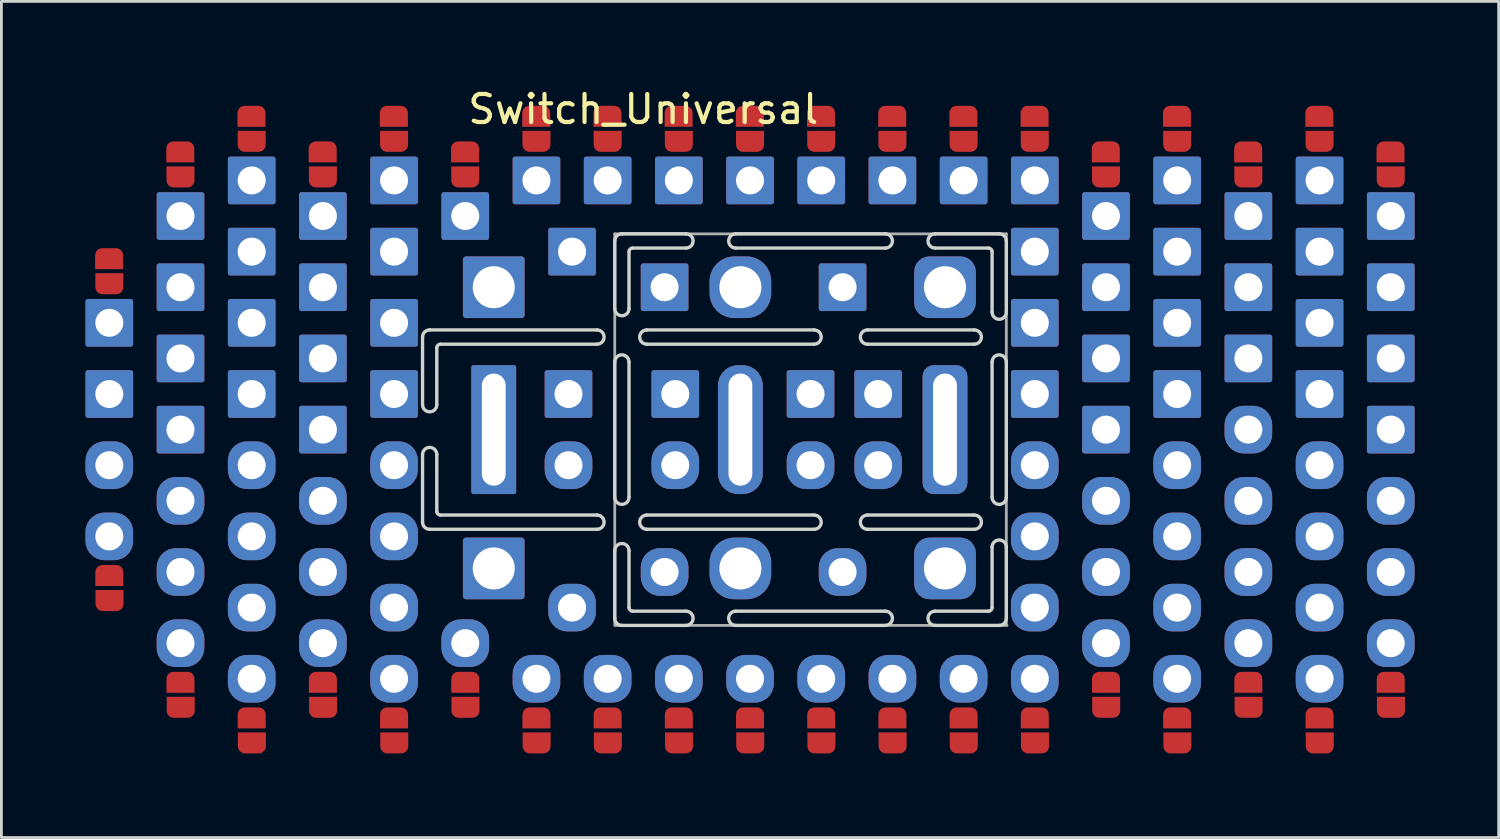
<source format=kicad_pcb>
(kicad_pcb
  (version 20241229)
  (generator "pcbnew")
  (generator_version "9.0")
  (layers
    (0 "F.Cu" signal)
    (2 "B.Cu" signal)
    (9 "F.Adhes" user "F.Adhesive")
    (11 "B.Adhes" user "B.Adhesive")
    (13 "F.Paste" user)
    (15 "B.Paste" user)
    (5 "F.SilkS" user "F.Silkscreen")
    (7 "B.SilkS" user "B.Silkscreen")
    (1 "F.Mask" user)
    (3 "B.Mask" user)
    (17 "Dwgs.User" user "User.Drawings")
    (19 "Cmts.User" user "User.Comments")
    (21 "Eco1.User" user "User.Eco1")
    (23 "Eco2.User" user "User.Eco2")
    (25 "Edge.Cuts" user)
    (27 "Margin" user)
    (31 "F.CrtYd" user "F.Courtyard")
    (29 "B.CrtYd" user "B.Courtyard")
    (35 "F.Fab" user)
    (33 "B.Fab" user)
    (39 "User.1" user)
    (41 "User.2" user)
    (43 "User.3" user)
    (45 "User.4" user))
  (footprint "Switch_Universal"
    (layer "F.Cu")
    (at 18.63 12.278)
    (property "Reference" "Switch_Universal" (at 1.27 -11.43 0) (unlocked yes) (layer "F.SilkS") (effects (font (size 1 1) (thickness 0.15))))
    (attr through_hole)
    (fp_rect (start -18.199 5.842) (end -17.361 5.436) (stroke (width 0.01) (type solid)) (fill yes) (layer "F.Mask"))
    (fp_rect (start -17.361 -5.842) (end -18.199 -5.436) (stroke (width 0.01) (type solid)) (fill yes) (layer "F.Mask"))
    (fp_rect (start -15.659 9.652) (end -14.821 9.246) (stroke (width 0.01) (type solid)) (fill yes) (layer "F.Mask"))
    (fp_rect (start -14.821 -9.652) (end -15.659 -9.246) (stroke (width 0.01) (type solid)) (fill yes) (layer "F.Mask"))
    (fp_rect (start -13.119 10.922) (end -12.281 10.516) (stroke (width 0.01) (type solid)) (fill yes) (layer "F.Mask"))
    (fp_rect (start -12.281 -10.922) (end -13.119 -10.516) (stroke (width 0.01) (type solid)) (fill yes) (layer "F.Mask"))
    (fp_rect (start -10.579 9.652) (end -9.741 9.246) (stroke (width 0.01) (type solid)) (fill yes) (layer "F.Mask"))
    (fp_rect (start -9.741 -9.652) (end -10.579 -9.246) (stroke (width 0.01) (type solid)) (fill yes) (layer "F.Mask"))
    (fp_rect (start -8.039 10.922) (end -7.201 10.516) (stroke (width 0.01) (type solid)) (fill yes) (layer "F.Mask"))
    (fp_rect (start -7.201 -10.922) (end -8.039 -10.516) (stroke (width 0.01) (type solid)) (fill yes) (layer "F.Mask"))
    (fp_rect (start -5.499 9.652) (end -4.661 9.246) (stroke (width 0.01) (type solid)) (fill yes) (layer "F.Mask"))
    (fp_rect (start -4.661 -9.652) (end -5.499 -9.246) (stroke (width 0.01) (type solid)) (fill yes) (layer "F.Mask"))
    (fp_rect (start -2.959 10.922) (end -2.121 10.516) (stroke (width 0.01) (type solid)) (fill yes) (layer "F.Mask"))
    (fp_rect (start -2.121 -10.922) (end -2.959 -10.516) (stroke (width 0.01) (type solid)) (fill yes) (layer "F.Mask"))
    (fp_rect (start -0.419 10.922) (end 0.419 10.516) (stroke (width 0.01) (type solid)) (fill yes) (layer "F.Mask"))
    (fp_rect (start 0.419 -10.922) (end -0.419 -10.516) (stroke (width 0.01) (type solid)) (fill yes) (layer "F.Mask"))
    (fp_rect (start 2.121 10.922) (end 2.959 10.516) (stroke (width 0.01) (type solid)) (fill yes) (layer "F.Mask"))
    (fp_rect (start 2.959 -10.922) (end 2.121 -10.516) (stroke (width 0.01) (type solid)) (fill yes) (layer "F.Mask"))
    (fp_rect (start 4.661 10.922) (end 5.499 10.516) (stroke (width 0.01) (type solid)) (fill yes) (layer "F.Mask"))
    (fp_rect (start 5.499 -10.922) (end 4.661 -10.516) (stroke (width 0.01) (type solid)) (fill yes) (layer "F.Mask"))
    (fp_rect (start 7.201 10.922) (end 8.039 10.516) (stroke (width 0.01) (type solid)) (fill yes) (layer "F.Mask"))
    (fp_rect (start 8.039 -10.922) (end 7.201 -10.516) (stroke (width 0.01) (type solid)) (fill yes) (layer "F.Mask"))
    (fp_rect (start 9.741 10.922) (end 10.579 10.516) (stroke (width 0.01) (type solid)) (fill yes) (layer "F.Mask"))
    (fp_rect (start 10.579 -10.922) (end 9.741 -10.516) (stroke (width 0.01) (type solid)) (fill yes) (layer "F.Mask"))
    (fp_rect (start 12.281 10.922) (end 13.119 10.516) (stroke (width 0.01) (type solid)) (fill yes) (layer "F.Mask"))
    (fp_rect (start 13.119 -10.922) (end 12.281 -10.516) (stroke (width 0.01) (type solid)) (fill yes) (layer "F.Mask"))
    (fp_rect (start 14.821 10.922) (end 15.659 10.516) (stroke (width 0.01) (type solid)) (fill yes) (layer "F.Mask"))
    (fp_rect (start 15.659 -10.922) (end 14.821 -10.516) (stroke (width 0.01) (type solid)) (fill yes) (layer "F.Mask"))
    (fp_rect (start 17.361 9.652) (end 18.199 9.246) (stroke (width 0.01) (type solid)) (fill yes) (layer "F.Mask"))
    (fp_rect (start 18.199 -9.652) (end 17.361 -9.246) (stroke (width 0.01) (type solid)) (fill yes) (layer "F.Mask"))
    (fp_rect (start 19.901 10.922) (end 20.739 10.516) (stroke (width 0.01) (type solid)) (fill yes) (layer "F.Mask"))
    (fp_rect (start 20.739 -10.922) (end 19.901 -10.516) (stroke (width 0.01) (type solid)) (fill yes) (layer "F.Mask"))
    (fp_rect (start 22.441 9.652) (end 23.279 9.246) (stroke (width 0.01) (type solid)) (fill yes) (layer "F.Mask"))
    (fp_rect (start 23.279 -9.652) (end 22.441 -9.246) (stroke (width 0.01) (type solid)) (fill yes) (layer "F.Mask"))
    (fp_rect (start 24.981 10.922) (end 25.819 10.516) (stroke (width 0.01) (type solid)) (fill yes) (layer "F.Mask"))
    (fp_rect (start 25.819 -10.922) (end 24.981 -10.516) (stroke (width 0.01) (type solid)) (fill yes) (layer "F.Mask"))
    (fp_rect (start 27.521 9.652) (end 28.359 9.246) (stroke (width 0.01) (type solid)) (fill yes) (layer "F.Mask"))
    (fp_rect (start 28.359 -9.652) (end 27.521 -9.246) (stroke (width 0.01) (type solid)) (fill yes) (layer "F.Mask"))
    (fp_line (start -6.604 -3.302) (end -6.604 -0.889) (stroke (width 0.12) (type default)) (layer "Edge.Cuts"))
    (fp_line (start -6.604 3.302) (end -6.604 0.889) (stroke (width 0.12) (type default)) (layer "Edge.Cuts"))
    (fp_line (start -6.096 -2.921) (end -6.096 -0.889) (stroke (width 0.12) (type default)) (layer "Edge.Cuts"))
    (fp_line (start -6.096 2.921) (end -6.096 0.889) (stroke (width 0.12) (type default)) (layer "Edge.Cuts"))
    (fp_line (start -0.381 -3.556) (end -6.35 -3.556) (stroke (width 0.12) (type default)) (layer "Edge.Cuts"))
    (fp_line (start -0.381 -3.048) (end -5.969 -3.048) (stroke (width 0.12) (type default)) (layer "Edge.Cuts"))
    (fp_line (start -0.381 3.048) (end -5.969 3.048) (stroke (width 0.12) (type default)) (layer "Edge.Cuts"))
    (fp_line (start -0.381 3.556) (end -6.35 3.556) (stroke (width 0.12) (type default)) (layer "Edge.Cuts"))
    (fp_line (start 0.254 -6.731) (end 0.254 -4.318) (stroke (width 0.12) (type default)) (layer "Edge.Cuts"))
    (fp_line (start 0.254 -2.413) (end 0.254 2.413) (stroke (width 0.12) (type default)) (layer "Edge.Cuts"))
    (fp_line (start 0.254 6.731) (end 0.254 4.318) (stroke (width 0.12) (type default)) (layer "Edge.Cuts"))
    (fp_line (start 0.762 -6.35) (end 0.762 -4.318) (stroke (width 0.12) (type default)) (layer "Edge.Cuts"))
    (fp_line (start 0.762 -2.413) (end 0.762 2.413) (stroke (width 0.12) (type default)) (layer "Edge.Cuts"))
    (fp_line (start 0.762 6.35) (end 0.762 4.318) (stroke (width 0.12) (type default)) (layer "Edge.Cuts"))
    (fp_line (start 1.397 -3.556) (end 7.366 -3.556) (stroke (width 0.12) (type default)) (layer "Edge.Cuts"))
    (fp_line (start 1.397 -3.048) (end 7.366 -3.048) (stroke (width 0.12) (type default)) (layer "Edge.Cuts"))
    (fp_line (start 1.397 3.048) (end 7.366 3.048) (stroke (width 0.12) (type default)) (layer "Edge.Cuts"))
    (fp_line (start 1.397 3.556) (end 7.366 3.556) (stroke (width 0.12) (type default)) (layer "Edge.Cuts"))
    (fp_line (start 2.794 -6.985) (end 0.508 -6.985) (stroke (width 0.12) (type default)) (layer "Edge.Cuts"))
    (fp_line (start 2.794 -6.477) (end 0.889 -6.477) (stroke (width 0.12) (type default)) (layer "Edge.Cuts"))
    (fp_line (start 2.794 6.477) (end 0.889 6.477) (stroke (width 0.12) (type default)) (layer "Edge.Cuts"))
    (fp_line (start 2.794 6.985) (end 0.508 6.985) (stroke (width 0.12) (type default)) (layer "Edge.Cuts"))
    (fp_line (start 4.572 -6.985) (end 9.906 -6.985) (stroke (width 0.12) (type default)) (layer "Edge.Cuts"))
    (fp_line (start 4.572 -6.477) (end 9.906 -6.477) (stroke (width 0.12) (type default)) (layer "Edge.Cuts"))
    (fp_line (start 4.572 6.477) (end 9.906 6.477) (stroke (width 0.12) (type default)) (layer "Edge.Cuts"))
    (fp_line (start 4.572 6.985) (end 9.906 6.985) (stroke (width 0.12) (type default)) (layer "Edge.Cuts"))
    (fp_line (start 9.271 -3.556) (end 13.081 -3.556) (stroke (width 0.12) (type default)) (layer "Edge.Cuts"))
    (fp_line (start 9.271 -3.048) (end 13.081 -3.048) (stroke (width 0.12) (type default)) (layer "Edge.Cuts"))
    (fp_line (start 9.271 3.048) (end 13.081 3.048) (stroke (width 0.12) (type default)) (layer "Edge.Cuts"))
    (fp_line (start 9.271 3.556) (end 13.081 3.556) (stroke (width 0.12) (type default)) (layer "Edge.Cuts"))
    (fp_line (start 11.684 -6.985) (end 13.97 -6.985) (stroke (width 0.12) (type default)) (layer "Edge.Cuts"))
    (fp_line (start 11.684 -6.477) (end 13.589 -6.477) (stroke (width 0.12) (type default)) (layer "Edge.Cuts"))
    (fp_line (start 11.684 6.477) (end 13.589 6.477) (stroke (width 0.12) (type default)) (layer "Edge.Cuts"))
    (fp_line (start 11.684 6.985) (end 13.97 6.985) (stroke (width 0.12) (type default)) (layer "Edge.Cuts"))
    (fp_line (start 13.716 -6.35) (end 13.716 -4.191) (stroke (width 0.12) (type default)) (layer "Edge.Cuts"))
    (fp_line (start 13.716 -2.413) (end 13.716 2.413) (stroke (width 0.12) (type default)) (layer "Edge.Cuts"))
    (fp_line (start 13.716 6.35) (end 13.716 4.191) (stroke (width 0.12) (type default)) (layer "Edge.Cuts"))
    (fp_line (start 14.224 -6.731) (end 14.224 -4.191) (stroke (width 0.12) (type default)) (layer "Edge.Cuts"))
    (fp_line (start 14.224 -2.413) (end 14.224 2.413) (stroke (width 0.12) (type default)) (layer "Edge.Cuts"))
    (fp_line (start 14.224 6.731) (end 14.224 4.191) (stroke (width 0.12) (type default)) (layer "Edge.Cuts"))
    (fp_arc (start -6.604 -3.302) (mid -6.529605 -3.481605) (end -6.35 -3.556) (stroke (width 0.12) (type default)) (layer "Edge.Cuts"))
    (fp_arc (start -6.604 0.889) (mid -6.35 0.635) (end -6.096 0.889) (stroke (width 0.12) (type default)) (layer "Edge.Cuts"))
    (fp_arc (start -6.35 3.556) (mid -6.529605 3.481605) (end -6.604 3.302) (stroke (width 0.12) (type default)) (layer "Edge.Cuts"))
    (fp_arc (start -6.096 -2.921) (mid -6.058803 -3.010803) (end -5.969 -3.048) (stroke (width 0.12) (type default)) (layer "Edge.Cuts"))
    (fp_arc (start -6.096 -0.889) (mid -6.35 -0.635) (end -6.604 -0.889) (stroke (width 0.12) (type default)) (layer "Edge.Cuts"))
    (fp_arc (start -5.969 3.048) (mid -6.058803 3.010803) (end -6.096 2.921) (stroke (width 0.12) (type default)) (layer "Edge.Cuts"))
    (fp_arc (start -0.381 -3.556) (mid -0.127 -3.302) (end -0.381 -3.048) (stroke (width 0.12) (type default)) (layer "Edge.Cuts"))
    (fp_arc (start -0.381 3.048) (mid -0.127 3.302) (end -0.381 3.556) (stroke (width 0.12) (type default)) (layer "Edge.Cuts"))
    (fp_arc (start 0.254 -6.731) (mid 0.328395 -6.910605) (end 0.508 -6.985) (stroke (width 0.12) (type default)) (layer "Edge.Cuts"))
    (fp_arc (start 0.254 -2.413) (mid 0.508 -2.667) (end 0.762 -2.413) (stroke (width 0.12) (type default)) (layer "Edge.Cuts"))
    (fp_arc (start 0.254 4.318) (mid 0.508 4.064) (end 0.762 4.318) (stroke (width 0.12) (type default)) (layer "Edge.Cuts"))
    (fp_arc (start 0.508 6.985) (mid 0.328395 6.910605) (end 0.254 6.731) (stroke (width 0.12) (type default)) (layer "Edge.Cuts"))
    (fp_arc (start 0.762 -6.35) (mid 0.799197 -6.439803) (end 0.889 -6.477) (stroke (width 0.12) (type default)) (layer "Edge.Cuts"))
    (fp_arc (start 0.762 -4.318) (mid 0.508 -4.064) (end 0.254 -4.318) (stroke (width 0.12) (type default)) (layer "Edge.Cuts"))
    (fp_arc (start 0.762 2.413) (mid 0.508 2.667) (end 0.254 2.413) (stroke (width 0.12) (type default)) (layer "Edge.Cuts"))
    (fp_arc (start 0.889 6.477) (mid 0.799197 6.439803) (end 0.762 6.35) (stroke (width 0.12) (type default)) (layer "Edge.Cuts"))
    (fp_arc (start 1.397 -3.048) (mid 1.143 -3.302) (end 1.397 -3.556) (stroke (width 0.12) (type default)) (layer "Edge.Cuts"))
    (fp_arc (start 1.397 3.556) (mid 1.143 3.302) (end 1.397 3.048) (stroke (width 0.12) (type default)) (layer "Edge.Cuts"))
    (fp_arc (start 2.794 -6.985) (mid 3.048 -6.731) (end 2.794 -6.477) (stroke (width 0.12) (type default)) (layer "Edge.Cuts"))
    (fp_arc (start 2.794 6.477) (mid 3.048 6.731) (end 2.794 6.985) (stroke (width 0.12) (type default)) (layer "Edge.Cuts"))
    (fp_arc (start 4.572 -6.477) (mid 4.318 -6.731) (end 4.572 -6.985) (stroke (width 0.12) (type default)) (layer "Edge.Cuts"))
    (fp_arc (start 4.572 6.985) (mid 4.318 6.731) (end 4.572 6.477) (stroke (width 0.12) (type default)) (layer "Edge.Cuts"))
    (fp_arc (start 7.366 -3.556) (mid 7.62 -3.302) (end 7.366 -3.048) (stroke (width 0.12) (type default)) (layer "Edge.Cuts"))
    (fp_arc (start 7.366 3.048) (mid 7.62 3.302) (end 7.366 3.556) (stroke (width 0.12) (type default)) (layer "Edge.Cuts"))
    (fp_arc (start 9.271 -3.048) (mid 9.017 -3.302) (end 9.271 -3.556) (stroke (width 0.12) (type default)) (layer "Edge.Cuts"))
    (fp_arc (start 9.271 3.556) (mid 9.017 3.302) (end 9.271 3.048) (stroke (width 0.12) (type default)) (layer "Edge.Cuts"))
    (fp_arc (start 9.906 -6.985) (mid 10.16 -6.731) (end 9.906 -6.477) (stroke (width 0.12) (type default)) (layer "Edge.Cuts"))
    (fp_arc (start 9.906 6.477) (mid 10.16 6.731) (end 9.906 6.985) (stroke (width 0.12) (type default)) (layer "Edge.Cuts"))
    (fp_arc (start 11.684 -6.477) (mid 11.43 -6.731) (end 11.684 -6.985) (stroke (width 0.12) (type default)) (layer "Edge.Cuts"))
    (fp_arc (start 11.684 6.985) (mid 11.43 6.731) (end 11.684 6.477) (stroke (width 0.12) (type default)) (layer "Edge.Cuts"))
    (fp_arc (start 13.081 -3.556) (mid 13.335 -3.302) (end 13.081 -3.048) (stroke (width 0.12) (type default)) (layer "Edge.Cuts"))
    (fp_arc (start 13.081 3.048) (mid 13.335 3.302) (end 13.081 3.556) (stroke (width 0.12) (type default)) (layer "Edge.Cuts"))
    (fp_arc (start 13.589 -6.477) (mid 13.678803 -6.439803) (end 13.716 -6.35) (stroke (width 0.12) (type default)) (layer "Edge.Cuts"))
    (fp_arc (start 13.716 -2.413) (mid 13.97 -2.667) (end 14.224 -2.413) (stroke (width 0.12) (type default)) (layer "Edge.Cuts"))
    (fp_arc (start 13.716 4.191) (mid 13.97 3.937) (end 14.224 4.191) (stroke (width 0.12) (type default)) (layer "Edge.Cuts"))
    (fp_arc (start 13.716 6.35) (mid 13.678803 6.439803) (end 13.589 6.477) (stroke (width 0.12) (type default)) (layer "Edge.Cuts"))
    (fp_arc (start 13.97 -6.985) (mid 14.149605 -6.910605) (end 14.224 -6.731) (stroke (width 0.12) (type default)) (layer "Edge.Cuts"))
    (fp_arc (start 14.224 -4.191) (mid 13.97 -3.937) (end 13.716 -4.191) (stroke (width 0.12) (type default)) (layer "Edge.Cuts"))
    (fp_arc (start 14.224 2.413) (mid 13.97 2.667) (end 13.716 2.413) (stroke (width 0.12) (type default)) (layer "Edge.Cuts"))
    (fp_arc (start 14.224 6.731) (mid 14.149605 6.910605) (end 13.97 6.985) (stroke (width 0.12) (type default)) (layer "Edge.Cuts"))
    (fp_line (start 0.254 -6.985) (end 0.254 6.985) (stroke (width 0.1) (type solid)) (layer "F.Fab"))
    (fp_line (start 0.254 -6.985) (end 14.224 -6.985) (stroke (width 0.1) (type solid)) (layer "F.Fab"))
    (fp_line (start 14.224 -6.985) (end 14.224 6.985) (stroke (width 0.1) (type solid)) (layer "F.Fab"))
    (fp_line (start 14.249 6.985) (end 0.279 6.985) (stroke (width 0.1) (type solid)) (layer "F.Fab"))
    (pad "1" smd custom (at -17.787 -6.223 270) (size 0.5 0.5) (layers "F.Cu" "F.Mask") (options (anchor rect)) (primitives (gr_circle (center 0 0.25) (end 0.25 0.25) (width 0) (fill yes)) (gr_circle (center 0 -0.25) (end 0.25 -0.25) (width 0) (fill yes)) (gr_poly (pts (xy 0.5 0.5) (xy 0 0.5) (xy 0 -0.5) (xy 0.5 -0.5)) (width 0) (fill yes))))
    (pad "1" smd custom (at -17.78 -5.08 90) (size 0.5 0.5) (layers "F.Cu" "F.Mask") (options (anchor rect)) (primitives (gr_circle (center 0 0.25) (end 0.25 0.25) (width 0) (fill yes)) (gr_circle (center 0 -0.25) (end 0.25 -0.25) (width 0) (fill yes)) (gr_poly (pts (xy 0.5 0.5) (xy 0 0.5) (xy 0 -0.5) (xy 0.5 -0.5)) (width 0) (fill yes))))
    (pad "1" thru_hole roundrect (at -17.78 -3.81) (size 1.7 1.7) (drill 1) (layers "*.Cu" "*.Mask") (roundrect_rratio 0.05))
    (pad "1" thru_hole roundrect (at -17.78 -1.27) (size 1.7 1.7) (drill 1) (layers "*.Cu" "*.Mask") (roundrect_rratio 0.05))
    (pad "1" smd custom (at -15.247 -10.033 270) (size 0.5 0.5) (layers "F.Cu" "F.Mask") (options (anchor rect)) (primitives (gr_circle (center 0 0.25) (end 0.25 0.25) (width 0) (fill yes)) (gr_circle (center 0 -0.25) (end 0.25 -0.25) (width 0) (fill yes)) (gr_poly (pts (xy 0.5 0.5) (xy 0 0.5) (xy 0 -0.5) (xy 0.5 -0.5)) (width 0) (fill yes))))
    (pad "1" smd custom (at -15.24 -8.89 90) (size 0.5 0.5) (layers "F.Cu" "F.Mask") (options (anchor rect)) (primitives (gr_circle (center 0 0.25) (end 0.25 0.25) (width 0) (fill yes)) (gr_circle (center 0 -0.25) (end 0.25 -0.25) (width 0) (fill yes)) (gr_poly (pts (xy 0.5 0.5) (xy 0 0.5) (xy 0 -0.5) (xy 0.5 -0.5)) (width 0) (fill yes))))
    (pad "1" thru_hole roundrect (at -15.24 -7.62) (size 1.7 1.7) (drill 1) (layers "*.Cu" "*.Mask") (roundrect_rratio 0.05))
    (pad "1" thru_hole roundrect (at -15.24 -5.08) (size 1.7 1.7) (drill 1) (layers "*.Cu" "*.Mask") (roundrect_rratio 0.05))
    (pad "1" thru_hole roundrect (at -15.24 -2.54) (size 1.7 1.7) (drill 1) (layers "*.Cu" "*.Mask") (roundrect_rratio 0.05))
    (pad "1" thru_hole roundrect (at -15.24 0) (size 1.7 1.7) (drill 1) (layers "*.Cu" "*.Mask") (roundrect_rratio 0.05))
    (pad "1" smd custom (at -12.707 -11.303 270) (size 0.5 0.5) (layers "F.Cu" "F.Mask") (options (anchor rect)) (primitives (gr_circle (center 0 0.25) (end 0.25 0.25) (width 0) (fill yes)) (gr_circle (center 0 -0.25) (end 0.25 -0.25) (width 0) (fill yes)) (gr_poly (pts (xy 0.5 0.5) (xy 0 0.5) (xy 0 -0.5) (xy 0.5 -0.5)) (width 0) (fill yes))))
    (pad "1" smd custom (at -12.7 -10.16 90) (size 0.5 0.5) (layers "F.Cu" "F.Mask") (options (anchor rect)) (primitives (gr_circle (center 0 0.25) (end 0.25 0.25) (width 0) (fill yes)) (gr_circle (center 0 -0.25) (end 0.25 -0.25) (width 0) (fill yes)) (gr_poly (pts (xy 0.5 0.5) (xy 0 0.5) (xy 0 -0.5) (xy 0.5 -0.5)) (width 0) (fill yes))))
    (pad "1" thru_hole roundrect (at -12.7 -8.89) (size 1.7 1.7) (drill 1) (layers "*.Cu" "*.Mask") (roundrect_rratio 0.05))
    (pad "1" thru_hole roundrect (at -12.7 -6.35) (size 1.7 1.7) (drill 1) (layers "*.Cu" "*.Mask") (roundrect_rratio 0.05))
    (pad "1" thru_hole roundrect (at -12.7 -3.81) (size 1.7 1.7) (drill 1) (layers "*.Cu" "*.Mask") (roundrect_rratio 0.05))
    (pad "1" thru_hole roundrect (at -12.7 -1.27) (size 1.7 1.7) (drill 1) (layers "*.Cu" "*.Mask") (roundrect_rratio 0.05))
    (pad "1" smd custom (at -10.167 -10.033 270) (size 0.5 0.5) (layers "F.Cu" "F.Mask") (options (anchor rect)) (primitives (gr_circle (center 0 0.25) (end 0.25 0.25) (width 0) (fill yes)) (gr_circle (center 0 -0.25) (end 0.25 -0.25) (width 0) (fill yes)) (gr_poly (pts (xy 0.5 0.5) (xy 0 0.5) (xy 0 -0.5) (xy 0.5 -0.5)) (width 0) (fill yes))))
    (pad "1" smd custom (at -10.16 -8.89 90) (size 0.5 0.5) (layers "F.Cu" "F.Mask") (options (anchor rect)) (primitives (gr_circle (center 0 0.25) (end 0.25 0.25) (width 0) (fill yes)) (gr_circle (center 0 -0.25) (end 0.25 -0.25) (width 0) (fill yes)) (gr_poly (pts (xy 0.5 0.5) (xy 0 0.5) (xy 0 -0.5) (xy 0.5 -0.5)) (width 0) (fill yes))))
    (pad "1" thru_hole roundrect (at -10.16 -7.62) (size 1.7 1.7) (drill 1) (layers "*.Cu" "*.Mask") (roundrect_rratio 0.05))
    (pad "1" thru_hole roundrect (at -10.16 -5.08) (size 1.7 1.7) (drill 1) (layers "*.Cu" "*.Mask") (roundrect_rratio 0.05))
    (pad "1" thru_hole roundrect (at -10.16 -2.54) (size 1.7 1.7) (drill 1) (layers "*.Cu" "*.Mask") (roundrect_rratio 0.05))
    (pad "1" thru_hole roundrect (at -10.16 0) (size 1.7 1.7) (drill 1) (layers "*.Cu" "*.Mask") (roundrect_rratio 0.05))
    (pad "1" smd custom (at -7.627 -11.303 270) (size 0.5 0.5) (layers "F.Cu" "F.Mask") (options (anchor rect)) (primitives (gr_circle (center 0 0.25) (end 0.25 0.25) (width 0) (fill yes)) (gr_circle (center 0 -0.25) (end 0.25 -0.25) (width 0) (fill yes)) (gr_poly (pts (xy 0.5 0.5) (xy 0 0.5) (xy 0 -0.5) (xy 0.5 -0.5)) (width 0) (fill yes))))
    (pad "1" smd custom (at -7.62 -10.16 90) (size 0.5 0.5) (layers "F.Cu" "F.Mask") (options (anchor rect)) (primitives (gr_circle (center 0 0.25) (end 0.25 0.25) (width 0) (fill yes)) (gr_circle (center 0 -0.25) (end 0.25 -0.25) (width 0) (fill yes)) (gr_poly (pts (xy 0.5 0.5) (xy 0 0.5) (xy 0 -0.5) (xy 0.5 -0.5)) (width 0) (fill yes))))
    (pad "1" thru_hole roundrect (at -7.62 -8.89) (size 1.7 1.7) (drill 1) (layers "*.Cu" "*.Mask") (roundrect_rratio 0.05))
    (pad "1" thru_hole roundrect (at -7.62 -6.35) (size 1.7 1.7) (drill 1) (layers "*.Cu" "*.Mask") (roundrect_rratio 0.05))
    (pad "1" thru_hole roundrect (at -7.62 -3.81) (size 1.7 1.7) (drill 1) (layers "*.Cu" "*.Mask") (roundrect_rratio 0.05))
    (pad "1" thru_hole roundrect (at -7.62 -1.27) (size 1.7 1.7) (drill 1) (layers "*.Cu" "*.Mask") (roundrect_rratio 0.05))
    (pad "1" smd custom (at -5.087 -10.033 270) (size 0.5 0.5) (layers "F.Cu" "F.Mask") (options (anchor rect)) (primitives (gr_circle (center 0 0.25) (end 0.25 0.25) (width 0) (fill yes)) (gr_circle (center 0 -0.25) (end 0.25 -0.25) (width 0) (fill yes)) (gr_poly (pts (xy 0.5 0.5) (xy 0 0.5) (xy 0 -0.5) (xy 0.5 -0.5)) (width 0) (fill yes))))
    (pad "1" smd custom (at -5.08 -8.89 90) (size 0.5 0.5) (layers "F.Cu" "F.Mask") (options (anchor rect)) (primitives (gr_circle (center 0 0.25) (end 0.25 0.25) (width 0) (fill yes)) (gr_circle (center 0 -0.25) (end 0.25 -0.25) (width 0) (fill yes)) (gr_poly (pts (xy 0.5 0.5) (xy 0 0.5) (xy 0 -0.5) (xy 0.5 -0.5)) (width 0) (fill yes))))
    (pad "1" thru_hole roundrect (at -5.08 -7.62) (size 1.7 1.7) (drill 1) (layers "*.Cu" "*.Mask") (roundrect_rratio 0.05))
    (pad "1" thru_hole roundrect (at -4.064 -5.08) (size 2.2 2.2) (drill 1.5) (layers "*.Cu" "*.Mask") (roundrect_rratio 0.05))
    (pad "1" thru_hole roundrect (at -4.064 0) (size 1.6 4.6) (drill oval 0.85 4) (layers "*.Cu" "*.Mask") (roundrect_rratio 0.05))
    (pad "1" thru_hole roundrect (at -4.064 4.953) (size 2.2 2.2) (drill 1.5) (layers "*.Cu" "*.Mask") (roundrect_rratio 0.05))
    (pad "1" smd custom (at -2.547 -11.303 270) (size 0.5 0.5) (layers "F.Cu" "F.Mask") (options (anchor rect)) (primitives (gr_circle (center 0 0.25) (end 0.25 0.25) (width 0) (fill yes)) (gr_circle (center 0 -0.25) (end 0.25 -0.25) (width 0) (fill yes)) (gr_poly (pts (xy 0.5 0.5) (xy 0 0.5) (xy 0 -0.5) (xy 0.5 -0.5)) (width 0) (fill yes))))
    (pad "1" smd custom (at -2.54 -10.16 90) (size 0.5 0.5) (layers "F.Cu" "F.Mask") (options (anchor rect)) (primitives (gr_circle (center 0 0.25) (end 0.25 0.25) (width 0) (fill yes)) (gr_circle (center 0 -0.25) (end 0.25 -0.25) (width 0) (fill yes)) (gr_poly (pts (xy 0.5 0.5) (xy 0 0.5) (xy 0 -0.5) (xy 0.5 -0.5)) (width 0) (fill yes))))
    (pad "1" thru_hole roundrect (at -2.54 -8.89) (size 1.7 1.7) (drill 1) (layers "*.Cu" "*.Mask") (roundrect_rratio 0.05))
    (pad "1" thru_hole roundrect (at -1.397 -1.27) (size 1.7 1.7) (drill 1) (layers "*.Cu" "*.Mask") (roundrect_rratio 0.05))
    (pad "1" thru_hole roundrect (at -1.27 -6.35) (size 1.7 1.7) (drill 1) (layers "*.Cu" "*.Mask") (roundrect_rratio 0.05))
    (pad "1" smd custom (at -0.007 -11.303 270) (size 0.5 0.5) (layers "F.Cu" "F.Mask") (options (anchor rect)) (primitives (gr_circle (center 0 0.25) (end 0.25 0.25) (width 0) (fill yes)) (gr_circle (center 0 -0.25) (end 0.25 -0.25) (width 0) (fill yes)) (gr_poly (pts (xy 0.5 0.5) (xy 0 0.5) (xy 0 -0.5) (xy 0.5 -0.5)) (width 0) (fill yes))))
    (pad "1" smd custom (at 0 -10.16 90) (size 0.5 0.5) (layers "F.Cu" "F.Mask") (options (anchor rect)) (primitives (gr_circle (center 0 0.25) (end 0.25 0.25) (width 0) (fill yes)) (gr_circle (center 0 -0.25) (end 0.25 -0.25) (width 0) (fill yes)) (gr_poly (pts (xy 0.5 0.5) (xy 0 0.5) (xy 0 -0.5) (xy 0.5 -0.5)) (width 0) (fill yes))))
    (pad "1" thru_hole roundrect (at 0 -8.89) (size 1.7 1.7) (drill 1) (layers "*.Cu" "*.Mask") (roundrect_rratio 0.05))
    (pad "1" thru_hole roundrect (at 2.032 -5.08) (size 1.7 1.7) (drill 1) (layers "*.Cu" "*.Mask") (roundrect_rratio 0.05))
    (pad "1" thru_hole roundrect (at 2.413 -1.27) (size 1.7 1.7) (drill 1) (layers "*.Cu" "*.Mask") (roundrect_rratio 0.05))
    (pad "1" smd custom (at 2.533 -11.303 270) (size 0.5 0.5) (layers "F.Cu" "F.Mask") (options (anchor rect)) (primitives (gr_circle (center 0 0.25) (end 0.25 0.25) (width 0) (fill yes)) (gr_circle (center 0 -0.25) (end 0.25 -0.25) (width 0) (fill yes)) (gr_poly (pts (xy 0.5 0.5) (xy 0 0.5) (xy 0 -0.5) (xy 0.5 -0.5)) (width 0) (fill yes))))
    (pad "1" smd custom (at 2.54 -10.16 90) (size 0.5 0.5) (layers "F.Cu" "F.Mask") (options (anchor rect)) (primitives (gr_circle (center 0 0.25) (end 0.25 0.25) (width 0) (fill yes)) (gr_circle (center 0 -0.25) (end 0.25 -0.25) (width 0) (fill yes)) (gr_poly (pts (xy 0.5 0.5) (xy 0 0.5) (xy 0 -0.5) (xy 0.5 -0.5)) (width 0) (fill yes))))
    (pad "1" thru_hole roundrect (at 2.54 -8.89) (size 1.7 1.7) (drill 1) (layers "*.Cu" "*.Mask") (roundrect_rratio 0.05))
    (pad "1" smd custom (at 5.073 -11.303 270) (size 0.5 0.5) (layers "F.Cu" "F.Mask") (options (anchor rect)) (primitives (gr_circle (center 0 0.25) (end 0.25 0.25) (width 0) (fill yes)) (gr_circle (center 0 -0.25) (end 0.25 -0.25) (width 0) (fill yes)) (gr_poly (pts (xy 0.5 0.5) (xy 0 0.5) (xy 0 -0.5) (xy 0.5 -0.5)) (width 0) (fill yes))))
    (pad "1" smd custom (at 5.08 -10.16 90) (size 0.5 0.5) (layers "F.Cu" "F.Mask") (options (anchor rect)) (primitives (gr_circle (center 0 0.25) (end 0.25 0.25) (width 0) (fill yes)) (gr_circle (center 0 -0.25) (end 0.25 -0.25) (width 0) (fill yes)) (gr_poly (pts (xy 0.5 0.5) (xy 0 0.5) (xy 0 -0.5) (xy 0.5 -0.5)) (width 0) (fill yes))))
    (pad "1" thru_hole roundrect (at 5.08 -8.89) (size 1.7 1.7) (drill 1) (layers "*.Cu" "*.Mask") (roundrect_rratio 0.05))
    (pad "1" thru_hole roundrect (at 7.239 -1.27) (size 1.7 1.7) (drill 1) (layers "*.Cu" "*.Mask") (roundrect_rratio 0.05))
    (pad "1" smd custom (at 7.613 -11.303 270) (size 0.5 0.5) (layers "F.Cu" "F.Mask") (options (anchor rect)) (primitives (gr_circle (center 0 0.25) (end 0.25 0.25) (width 0) (fill yes)) (gr_circle (center 0 -0.25) (end 0.25 -0.25) (width 0) (fill yes)) (gr_poly (pts (xy 0.5 0.5) (xy 0 0.5) (xy 0 -0.5) (xy 0.5 -0.5)) (width 0) (fill yes))))
    (pad "1" smd custom (at 7.62 -10.16 90) (size 0.5 0.5) (layers "F.Cu" "F.Mask") (options (anchor rect)) (primitives (gr_circle (center 0 0.25) (end 0.25 0.25) (width 0) (fill yes)) (gr_circle (center 0 -0.25) (end 0.25 -0.25) (width 0) (fill yes)) (gr_poly (pts (xy 0.5 0.5) (xy 0 0.5) (xy 0 -0.5) (xy 0.5 -0.5)) (width 0) (fill yes))))
    (pad "1" thru_hole roundrect (at 7.62 -8.89) (size 1.7 1.7) (drill 1) (layers "*.Cu" "*.Mask") (roundrect_rratio 0.05))
    (pad "1" thru_hole roundrect (at 8.382 -5.08) (size 1.7 1.7) (drill 1) (layers "*.Cu" "*.Mask") (roundrect_rratio 0.05))
    (pad "1" thru_hole roundrect (at 9.652 -1.27) (size 1.7 1.7) (drill 1) (layers "*.Cu" "*.Mask") (roundrect_rratio 0.05))
    (pad "1" smd custom (at 10.153 -11.303 270) (size 0.5 0.5) (layers "F.Cu" "F.Mask") (options (anchor rect)) (primitives (gr_circle (center 0 0.25) (end 0.25 0.25) (width 0) (fill yes)) (gr_circle (center 0 -0.25) (end 0.25 -0.25) (width 0) (fill yes)) (gr_poly (pts (xy 0.5 0.5) (xy 0 0.5) (xy 0 -0.5) (xy 0.5 -0.5)) (width 0) (fill yes))))
    (pad "1" smd custom (at 10.16 -10.16 90) (size 0.5 0.5) (layers "F.Cu" "F.Mask") (options (anchor rect)) (primitives (gr_circle (center 0 0.25) (end 0.25 0.25) (width 0) (fill yes)) (gr_circle (center 0 -0.25) (end 0.25 -0.25) (width 0) (fill yes)) (gr_poly (pts (xy 0.5 0.5) (xy 0 0.5) (xy 0 -0.5) (xy 0.5 -0.5)) (width 0) (fill yes))))
    (pad "1" thru_hole roundrect (at 10.16 -8.89) (size 1.7 1.7) (drill 1) (layers "*.Cu" "*.Mask") (roundrect_rratio 0.05))
    (pad "1" smd custom (at 12.693 -11.303 270) (size 0.5 0.5) (layers "F.Cu" "F.Mask") (options (anchor rect)) (primitives (gr_circle (center 0 0.25) (end 0.25 0.25) (width 0) (fill yes)) (gr_circle (center 0 -0.25) (end 0.25 -0.25) (width 0) (fill yes)) (gr_poly (pts (xy 0.5 0.5) (xy 0 0.5) (xy 0 -0.5) (xy 0.5 -0.5)) (width 0) (fill yes))))
    (pad "1" smd custom (at 12.7 -10.16 90) (size 0.5 0.5) (layers "F.Cu" "F.Mask") (options (anchor rect)) (primitives (gr_circle (center 0 0.25) (end 0.25 0.25) (width 0) (fill yes)) (gr_circle (center 0 -0.25) (end 0.25 -0.25) (width 0) (fill yes)) (gr_poly (pts (xy 0.5 0.5) (xy 0 0.5) (xy 0 -0.5) (xy 0.5 -0.5)) (width 0) (fill yes))))
    (pad "1" thru_hole roundrect (at 12.7 -8.89) (size 1.7 1.7) (drill 1) (layers "*.Cu" "*.Mask") (roundrect_rratio 0.05))
    (pad "1" smd custom (at 15.233 -11.303 270) (size 0.5 0.5) (layers "F.Cu" "F.Mask") (options (anchor rect)) (primitives (gr_circle (center 0 0.25) (end 0.25 0.25) (width 0) (fill yes)) (gr_circle (center 0 -0.25) (end 0.25 -0.25) (width 0) (fill yes)) (gr_poly (pts (xy 0.5 0.5) (xy 0 0.5) (xy 0 -0.5) (xy 0.5 -0.5)) (width 0) (fill yes))))
    (pad "1" smd custom (at 15.24 -10.16 90) (size 0.5 0.5) (layers "F.Cu" "F.Mask") (options (anchor rect)) (primitives (gr_circle (center 0 0.25) (end 0.25 0.25) (width 0) (fill yes)) (gr_circle (center 0 -0.25) (end 0.25 -0.25) (width 0) (fill yes)) (gr_poly (pts (xy 0.5 0.5) (xy 0 0.5) (xy 0 -0.5) (xy 0.5 -0.5)) (width 0) (fill yes))))
    (pad "1" thru_hole roundrect (at 15.24 -8.89) (size 1.7 1.7) (drill 1) (layers "*.Cu" "*.Mask") (roundrect_rratio 0.05))
    (pad "1" thru_hole roundrect (at 15.24 -6.35) (size 1.7 1.7) (drill 1) (layers "*.Cu" "*.Mask") (roundrect_rratio 0.05))
    (pad "1" thru_hole roundrect (at 15.24 -3.81) (size 1.7 1.7) (drill 1) (layers "*.Cu" "*.Mask") (roundrect_rratio 0.05))
    (pad "1" thru_hole roundrect (at 15.24 -1.27) (size 1.7 1.7) (drill 1) (layers "*.Cu" "*.Mask") (roundrect_rratio 0.05))
    (pad "1" smd custom (at 17.773 -10.033 270) (size 0.5 0.5) (layers "F.Cu" "F.Mask") (options (anchor rect)) (primitives (gr_circle (center 0 0.25) (end 0.25 0.25) (width 0) (fill yes)) (gr_circle (center 0 -0.25) (end 0.25 -0.25) (width 0) (fill yes)) (gr_poly (pts (xy 0.5 0.5) (xy 0 0.5) (xy 0 -0.5) (xy 0.5 -0.5)) (width 0) (fill yes))))
    (pad "1" smd custom (at 17.78 -8.89 90) (size 0.5 0.5) (layers "F.Cu" "F.Mask") (options (anchor rect)) (primitives (gr_circle (center 0 0.25) (end 0.25 0.25) (width 0) (fill yes)) (gr_circle (center 0 -0.25) (end 0.25 -0.25) (width 0) (fill yes)) (gr_poly (pts (xy 0.5 0.5) (xy 0 0.5) (xy 0 -0.5) (xy 0.5 -0.5)) (width 0) (fill yes))))
    (pad "1" thru_hole roundrect (at 17.78 -7.62) (size 1.7 1.7) (drill 1) (layers "*.Cu" "*.Mask") (roundrect_rratio 0.05))
    (pad "1" thru_hole roundrect (at 17.78 -5.08) (size 1.7 1.7) (drill 1) (layers "*.Cu" "*.Mask") (roundrect_rratio 0.05))
    (pad "1" thru_hole roundrect (at 17.78 -2.54) (size 1.7 1.7) (drill 1) (layers "*.Cu" "*.Mask") (roundrect_rratio 0.05))
    (pad "1" thru_hole roundrect (at 17.78 0) (size 1.7 1.7) (drill 1) (layers "*.Cu" "*.Mask") (roundrect_rratio 0.05))
    (pad "1" smd custom (at 20.313 -11.303 270) (size 0.5 0.5) (layers "F.Cu" "F.Mask") (options (anchor rect)) (primitives (gr_circle (center 0 0.25) (end 0.25 0.25) (width 0) (fill yes)) (gr_circle (center 0 -0.25) (end 0.25 -0.25) (width 0) (fill yes)) (gr_poly (pts (xy 0.5 0.5) (xy 0 0.5) (xy 0 -0.5) (xy 0.5 -0.5)) (width 0) (fill yes))))
    (pad "1" smd custom (at 20.32 -10.16 90) (size 0.5 0.5) (layers "F.Cu" "F.Mask") (options (anchor rect)) (primitives (gr_circle (center 0 0.25) (end 0.25 0.25) (width 0) (fill yes)) (gr_circle (center 0 -0.25) (end 0.25 -0.25) (width 0) (fill yes)) (gr_poly (pts (xy 0.5 0.5) (xy 0 0.5) (xy 0 -0.5) (xy 0.5 -0.5)) (width 0) (fill yes))))
    (pad "1" thru_hole roundrect (at 20.32 -8.89) (size 1.7 1.7) (drill 1) (layers "*.Cu" "*.Mask") (roundrect_rratio 0.05))
    (pad "1" thru_hole roundrect (at 20.32 -6.35) (size 1.7 1.7) (drill 1) (layers "*.Cu" "*.Mask") (roundrect_rratio 0.05))
    (pad "1" thru_hole roundrect (at 20.32 -3.81) (size 1.7 1.7) (drill 1) (layers "*.Cu" "*.Mask") (roundrect_rratio 0.05))
    (pad "1" thru_hole roundrect (at 20.32 -1.27) (size 1.7 1.7) (drill 1) (layers "*.Cu" "*.Mask") (roundrect_rratio 0.05))
    (pad "1" smd custom (at 22.853 -10.033 270) (size 0.5 0.5) (layers "F.Cu" "F.Mask") (options (anchor rect)) (primitives (gr_circle (center 0 0.25) (end 0.25 0.25) (width 0) (fill yes)) (gr_circle (center 0 -0.25) (end 0.25 -0.25) (width 0) (fill yes)) (gr_poly (pts (xy 0.5 0.5) (xy 0 0.5) (xy 0 -0.5) (xy 0.5 -0.5)) (width 0) (fill yes))))
    (pad "1" smd custom (at 22.86 -8.89 90) (size 0.5 0.5) (layers "F.Cu" "F.Mask") (options (anchor rect)) (primitives (gr_circle (center 0 0.25) (end 0.25 0.25) (width 0) (fill yes)) (gr_circle (center 0 -0.25) (end 0.25 -0.25) (width 0) (fill yes)) (gr_poly (pts (xy 0.5 0.5) (xy 0 0.5) (xy 0 -0.5) (xy 0.5 -0.5)) (width 0) (fill yes))))
    (pad "1" thru_hole roundrect (at 22.86 -7.62) (size 1.7 1.7) (drill 1) (layers "*.Cu" "*.Mask") (roundrect_rratio 0.05))
    (pad "1" thru_hole roundrect (at 22.86 -5.08) (size 1.7 1.7) (drill 1) (layers "*.Cu" "*.Mask") (roundrect_rratio 0.05))
    (pad "1" thru_hole roundrect (at 22.86 -2.54) (size 1.7 1.7) (drill 1) (layers "*.Cu" "*.Mask") (roundrect_rratio 0.05))
    (pad "1" smd custom (at 25.393 -11.303 270) (size 0.5 0.5) (layers "F.Cu" "F.Mask") (options (anchor rect)) (primitives (gr_circle (center 0 0.25) (end 0.25 0.25) (width 0) (fill yes)) (gr_circle (center 0 -0.25) (end 0.25 -0.25) (width 0) (fill yes)) (gr_poly (pts (xy 0.5 0.5) (xy 0 0.5) (xy 0 -0.5) (xy 0.5 -0.5)) (width 0) (fill yes))))
    (pad "1" smd custom (at 25.4 -10.16 90) (size 0.5 0.5) (layers "F.Cu" "F.Mask") (options (anchor rect)) (primitives (gr_circle (center 0 0.25) (end 0.25 0.25) (width 0) (fill yes)) (gr_circle (center 0 -0.25) (end 0.25 -0.25) (width 0) (fill yes)) (gr_poly (pts (xy 0.5 0.5) (xy 0 0.5) (xy 0 -0.5) (xy 0.5 -0.5)) (width 0) (fill yes))))
    (pad "1" thru_hole roundrect (at 25.4 -8.89) (size 1.7 1.7) (drill 1) (layers "*.Cu" "*.Mask") (roundrect_rratio 0.05))
    (pad "1" thru_hole roundrect (at 25.4 -6.35) (size 1.7 1.7) (drill 1) (layers "*.Cu" "*.Mask") (roundrect_rratio 0.05))
    (pad "1" thru_hole roundrect (at 25.4 -3.81) (size 1.7 1.7) (drill 1) (layers "*.Cu" "*.Mask") (roundrect_rratio 0.05))
    (pad "1" thru_hole roundrect (at 25.4 -1.27) (size 1.7 1.7) (drill 1) (layers "*.Cu" "*.Mask") (roundrect_rratio 0.05))
    (pad "1" smd custom (at 27.933 -10.033 270) (size 0.5 0.5) (layers "F.Cu" "F.Mask") (options (anchor rect)) (primitives (gr_circle (center 0 0.25) (end 0.25 0.25) (width 0) (fill yes)) (gr_circle (center 0 -0.25) (end 0.25 -0.25) (width 0) (fill yes)) (gr_poly (pts (xy 0.5 0.5) (xy 0 0.5) (xy 0 -0.5) (xy 0.5 -0.5)) (width 0) (fill yes))))
    (pad "1" smd custom (at 27.94 -8.89 90) (size 0.5 0.5) (layers "F.Cu" "F.Mask") (options (anchor rect)) (primitives (gr_circle (center 0 0.25) (end 0.25 0.25) (width 0) (fill yes)) (gr_circle (center 0 -0.25) (end 0.25 -0.25) (width 0) (fill yes)) (gr_poly (pts (xy 0.5 0.5) (xy 0 0.5) (xy 0 -0.5) (xy 0.5 -0.5)) (width 0) (fill yes))))
    (pad "1" thru_hole roundrect (at 27.94 -7.62) (size 1.7 1.7) (drill 1) (layers "*.Cu" "*.Mask") (roundrect_rratio 0.05))
    (pad "1" thru_hole roundrect (at 27.94 -5.08) (size 1.7 1.7) (drill 1) (layers "*.Cu" "*.Mask") (roundrect_rratio 0.05))
    (pad "1" thru_hole roundrect (at 27.94 -2.54) (size 1.7 1.7) (drill 1) (layers "*.Cu" "*.Mask") (roundrect_rratio 0.05))
    (pad "1" thru_hole roundrect (at 27.94 0) (size 1.7 1.7) (drill 1) (layers "*.Cu" "*.Mask") (roundrect_rratio 0.05))
    (pad "2" thru_hole roundrect (at -17.78 1.27) (size 1.7 1.7) (drill 1) (layers "*.Cu" "*.Mask") (roundrect_rratio 0.4))
    (pad "2" thru_hole roundrect (at -17.78 3.81) (size 1.7 1.7) (drill 1) (layers "*.Cu" "*.Mask") (roundrect_rratio 0.4))
    (pad "2" smd custom (at -17.78 5.08 270) (size 0.5 0.5) (layers "F.Cu" "F.Mask") (options (anchor rect)) (primitives (gr_circle (center 0 0.25) (end 0.25 0.25) (width 0) (fill yes)) (gr_circle (center 0 -0.25) (end 0.25 -0.25) (width 0) (fill yes)) (gr_poly (pts (xy 0.5 0.5) (xy 0 0.5) (xy 0 -0.5) (xy 0.5 -0.5)) (width 0) (fill yes))))
    (pad "2" smd custom (at -17.773 6.223 90) (size 0.5 0.5) (layers "F.Cu" "F.Mask") (options (anchor rect)) (primitives (gr_circle (center 0 0.25) (end 0.25 0.25) (width 0) (fill yes)) (gr_circle (center 0 -0.25) (end 0.25 -0.25) (width 0) (fill yes)) (gr_poly (pts (xy 0.5 0.5) (xy 0 0.5) (xy 0 -0.5) (xy 0.5 -0.5)) (width 0) (fill yes))))
    (pad "2" thru_hole roundrect (at -15.24 2.54) (size 1.7 1.7) (drill 1) (layers "*.Cu" "*.Mask") (roundrect_rratio 0.4))
    (pad "2" thru_hole roundrect (at -15.24 5.08) (size 1.7 1.7) (drill 1) (layers "*.Cu" "*.Mask") (roundrect_rratio 0.4))
    (pad "2" thru_hole roundrect (at -15.24 7.62) (size 1.7 1.7) (drill 1) (layers "*.Cu" "*.Mask") (roundrect_rratio 0.4))
    (pad "2" smd custom (at -15.24 8.89 270) (size 0.5 0.5) (layers "F.Cu" "F.Mask") (options (anchor rect)) (primitives (gr_circle (center 0 0.25) (end 0.25 0.25) (width 0) (fill yes)) (gr_circle (center 0 -0.25) (end 0.25 -0.25) (width 0) (fill yes)) (gr_poly (pts (xy 0.5 0.5) (xy 0 0.5) (xy 0 -0.5) (xy 0.5 -0.5)) (width 0) (fill yes))))
    (pad "2" smd custom (at -15.233 10.033 90) (size 0.5 0.5) (layers "F.Cu" "F.Mask") (options (anchor rect)) (primitives (gr_circle (center 0 0.25) (end 0.25 0.25) (width 0) (fill yes)) (gr_circle (center 0 -0.25) (end 0.25 -0.25) (width 0) (fill yes)) (gr_poly (pts (xy 0.5 0.5) (xy 0 0.5) (xy 0 -0.5) (xy 0.5 -0.5)) (width 0) (fill yes))))
    (pad "2" thru_hole roundrect (at -12.7 1.27) (size 1.7 1.7) (drill 1) (layers "*.Cu" "*.Mask") (roundrect_rratio 0.4))
    (pad "2" thru_hole roundrect (at -12.7 3.81) (size 1.7 1.7) (drill 1) (layers "*.Cu" "*.Mask") (roundrect_rratio 0.4))
    (pad "2" thru_hole roundrect (at -12.7 6.35) (size 1.7 1.7) (drill 1) (layers "*.Cu" "*.Mask") (roundrect_rratio 0.4))
    (pad "2" thru_hole roundrect (at -12.7 8.89) (size 1.7 1.7) (drill 1) (layers "*.Cu" "*.Mask") (roundrect_rratio 0.4))
    (pad "2" smd custom (at -12.7 10.16 270) (size 0.5 0.5) (layers "F.Cu" "F.Mask") (options (anchor rect)) (primitives (gr_circle (center 0 0.25) (end 0.25 0.25) (width 0) (fill yes)) (gr_circle (center 0 -0.25) (end 0.25 -0.25) (width 0) (fill yes)) (gr_poly (pts (xy 0.5 0.5) (xy 0 0.5) (xy 0 -0.5) (xy 0.5 -0.5)) (width 0) (fill yes))))
    (pad "2" smd custom (at -12.693 11.303 90) (size 0.5 0.5) (layers "F.Cu" "F.Mask") (options (anchor rect)) (primitives (gr_circle (center 0 0.25) (end 0.25 0.25) (width 0) (fill yes)) (gr_circle (center 0 -0.25) (end 0.25 -0.25) (width 0) (fill yes)) (gr_poly (pts (xy 0.5 0.5) (xy 0 0.5) (xy 0 -0.5) (xy 0.5 -0.5)) (width 0) (fill yes))))
    (pad "2" thru_hole roundrect (at -10.16 2.54) (size 1.7 1.7) (drill 1) (layers "*.Cu" "*.Mask") (roundrect_rratio 0.4))
    (pad "2" thru_hole roundrect (at -10.16 5.08) (size 1.7 1.7) (drill 1) (layers "*.Cu" "*.Mask") (roundrect_rratio 0.4))
    (pad "2" thru_hole roundrect (at -10.16 7.62) (size 1.7 1.7) (drill 1) (layers "*.Cu" "*.Mask") (roundrect_rratio 0.4))
    (pad "2" smd custom (at -10.16 8.89 270) (size 0.5 0.5) (layers "F.Cu" "F.Mask") (options (anchor rect)) (primitives (gr_circle (center 0 0.25) (end 0.25 0.25) (width 0) (fill yes)) (gr_circle (center 0 -0.25) (end 0.25 -0.25) (width 0) (fill yes)) (gr_poly (pts (xy 0.5 0.5) (xy 0 0.5) (xy 0 -0.5) (xy 0.5 -0.5)) (width 0) (fill yes))))
    (pad "2" smd custom (at -10.153 10.033 90) (size 0.5 0.5) (layers "F.Cu" "F.Mask") (options (anchor rect)) (primitives (gr_circle (center 0 0.25) (end 0.25 0.25) (width 0) (fill yes)) (gr_circle (center 0 -0.25) (end 0.25 -0.25) (width 0) (fill yes)) (gr_poly (pts (xy 0.5 0.5) (xy 0 0.5) (xy 0 -0.5) (xy 0.5 -0.5)) (width 0) (fill yes))))
    (pad "2" thru_hole roundrect (at -7.62 1.27) (size 1.7 1.7) (drill 1) (layers "*.Cu" "*.Mask") (roundrect_rratio 0.4))
    (pad "2" thru_hole roundrect (at -7.62 3.81) (size 1.7 1.7) (drill 1) (layers "*.Cu" "*.Mask") (roundrect_rratio 0.4))
    (pad "2" thru_hole roundrect (at -7.62 6.35) (size 1.7 1.7) (drill 1) (layers "*.Cu" "*.Mask") (roundrect_rratio 0.4))
    (pad "2" thru_hole roundrect (at -7.62 8.89) (size 1.7 1.7) (drill 1) (layers "*.Cu" "*.Mask") (roundrect_rratio 0.4))
    (pad "2" smd custom (at -7.62 10.16 270) (size 0.5 0.5) (layers "F.Cu" "F.Mask") (options (anchor rect)) (primitives (gr_circle (center 0 0.25) (end 0.25 0.25) (width 0) (fill yes)) (gr_circle (center 0 -0.25) (end 0.25 -0.25) (width 0) (fill yes)) (gr_poly (pts (xy 0.5 0.5) (xy 0 0.5) (xy 0 -0.5) (xy 0.5 -0.5)) (width 0) (fill yes))))
    (pad "2" smd custom (at -7.613 11.303 90) (size 0.5 0.5) (layers "F.Cu" "F.Mask") (options (anchor rect)) (primitives (gr_circle (center 0 0.25) (end 0.25 0.25) (width 0) (fill yes)) (gr_circle (center 0 -0.25) (end 0.25 -0.25) (width 0) (fill yes)) (gr_poly (pts (xy 0.5 0.5) (xy 0 0.5) (xy 0 -0.5) (xy 0.5 -0.5)) (width 0) (fill yes))))
    (pad "2" thru_hole roundrect (at -5.08 7.62) (size 1.7 1.7) (drill 1) (layers "*.Cu" "*.Mask") (roundrect_rratio 0.4))
    (pad "2" smd custom (at -5.08 8.89 270) (size 0.5 0.5) (layers "F.Cu" "F.Mask") (options (anchor rect)) (primitives (gr_circle (center 0 0.25) (end 0.25 0.25) (width 0) (fill yes)) (gr_circle (center 0 -0.25) (end 0.25 -0.25) (width 0) (fill yes)) (gr_poly (pts (xy 0.5 0.5) (xy 0 0.5) (xy 0 -0.5) (xy 0.5 -0.5)) (width 0) (fill yes))))
    (pad "2" smd custom (at -5.073 10.033 90) (size 0.5 0.5) (layers "F.Cu" "F.Mask") (options (anchor rect)) (primitives (gr_circle (center 0 0.25) (end 0.25 0.25) (width 0) (fill yes)) (gr_circle (center 0 -0.25) (end 0.25 -0.25) (width 0) (fill yes)) (gr_poly (pts (xy 0.5 0.5) (xy 0 0.5) (xy 0 -0.5) (xy 0.5 -0.5)) (width 0) (fill yes))))
    (pad "2" thru_hole roundrect (at -2.54 8.89) (size 1.7 1.7) (drill 1) (layers "*.Cu" "*.Mask") (roundrect_rratio 0.4))
    (pad "2" smd custom (at -2.54 10.16 270) (size 0.5 0.5) (layers "F.Cu" "F.Mask") (options (anchor rect)) (primitives (gr_circle (center 0 0.25) (end 0.25 0.25) (width 0) (fill yes)) (gr_circle (center 0 -0.25) (end 0.25 -0.25) (width 0) (fill yes)) (gr_poly (pts (xy 0.5 0.5) (xy 0 0.5) (xy 0 -0.5) (xy 0.5 -0.5)) (width 0) (fill yes))))
    (pad "2" smd custom (at -2.533 11.303 90) (size 0.5 0.5) (layers "F.Cu" "F.Mask") (options (anchor rect)) (primitives (gr_circle (center 0 0.25) (end 0.25 0.25) (width 0) (fill yes)) (gr_circle (center 0 -0.25) (end 0.25 -0.25) (width 0) (fill yes)) (gr_poly (pts (xy 0.5 0.5) (xy 0 0.5) (xy 0 -0.5) (xy 0.5 -0.5)) (width 0) (fill yes))))
    (pad "2" thru_hole roundrect (at -1.397 1.27) (size 1.7 1.7) (drill 1) (layers "*.Cu" "*.Mask") (roundrect_rratio 0.4))
    (pad "2" thru_hole roundrect (at -1.27 6.35) (size 1.7 1.7) (drill 1) (layers "*.Cu" "*.Mask") (roundrect_rratio 0.4))
    (pad "2" thru_hole roundrect (at 0 8.89) (size 1.7 1.7) (drill 1) (layers "*.Cu" "*.Mask") (roundrect_rratio 0.4))
    (pad "2" smd custom (at 0 10.16 270) (size 0.5 0.5) (layers "F.Cu" "F.Mask") (options (anchor rect)) (primitives (gr_circle (center 0 0.25) (end 0.25 0.25) (width 0) (fill yes)) (gr_circle (center 0 -0.25) (end 0.25 -0.25) (width 0) (fill yes)) (gr_poly (pts (xy 0.5 0.5) (xy 0 0.5) (xy 0 -0.5) (xy 0.5 -0.5)) (width 0) (fill yes))))
    (pad "2" smd custom (at 0.007 11.303 90) (size 0.5 0.5) (layers "F.Cu" "F.Mask") (options (anchor rect)) (primitives (gr_circle (center 0 0.25) (end 0.25 0.25) (width 0) (fill yes)) (gr_circle (center 0 -0.25) (end 0.25 -0.25) (width 0) (fill yes)) (gr_poly (pts (xy 0.5 0.5) (xy 0 0.5) (xy 0 -0.5) (xy 0.5 -0.5)) (width 0) (fill yes))))
    (pad "2" thru_hole roundrect (at 2.032 5.08) (size 1.7 1.7) (drill 1) (layers "*.Cu" "*.Mask") (roundrect_rratio 0.4))
    (pad "2" thru_hole roundrect (at 2.413 1.27) (size 1.7 1.7) (drill 1) (layers "*.Cu" "*.Mask") (roundrect_rratio 0.4))
    (pad "2" thru_hole roundrect (at 2.54 8.89) (size 1.7 1.7) (drill 1) (layers "*.Cu" "*.Mask") (roundrect_rratio 0.4))
    (pad "2" smd custom (at 2.54 10.16 270) (size 0.5 0.5) (layers "F.Cu" "F.Mask") (options (anchor rect)) (primitives (gr_circle (center 0 0.25) (end 0.25 0.25) (width 0) (fill yes)) (gr_circle (center 0 -0.25) (end 0.25 -0.25) (width 0) (fill yes)) (gr_poly (pts (xy 0.5 0.5) (xy 0 0.5) (xy 0 -0.5) (xy 0.5 -0.5)) (width 0) (fill yes))))
    (pad "2" smd custom (at 2.547 11.303 90) (size 0.5 0.5) (layers "F.Cu" "F.Mask") (options (anchor rect)) (primitives (gr_circle (center 0 0.25) (end 0.25 0.25) (width 0) (fill yes)) (gr_circle (center 0 -0.25) (end 0.25 -0.25) (width 0) (fill yes)) (gr_poly (pts (xy 0.5 0.5) (xy 0 0.5) (xy 0 -0.5) (xy 0.5 -0.5)) (width 0) (fill yes))))
    (pad "2" thru_hole roundrect (at 4.736 -5.08) (size 2.2 2.2) (drill 1.5) (layers "*.Cu" "*.Mask") (roundrect_rratio 0.4))
    (pad "2" thru_hole roundrect (at 4.736 0) (size 1.6 4.6) (drill oval 0.85 4) (layers "*.Cu" "*.Mask") (roundrect_rratio 0.45))
    (pad "2" thru_hole roundrect (at 4.736 4.953) (size 2.2 2.2) (drill 1.5) (layers "*.Cu" "*.Mask") (roundrect_rratio 0.4))
    (pad "2" thru_hole roundrect (at 5.08 8.89) (size 1.7 1.7) (drill 1) (layers "*.Cu" "*.Mask") (roundrect_rratio 0.4))
    (pad "2" smd custom (at 5.08 10.16 270) (size 0.5 0.5) (layers "F.Cu" "F.Mask") (options (anchor rect)) (primitives (gr_circle (center 0 0.25) (end 0.25 0.25) (width 0) (fill yes)) (gr_circle (center 0 -0.25) (end 0.25 -0.25) (width 0) (fill yes)) (gr_poly (pts (xy 0.5 0.5) (xy 0 0.5) (xy 0 -0.5) (xy 0.5 -0.5)) (width 0) (fill yes))))
    (pad "2" smd custom (at 5.087 11.303 90) (size 0.5 0.5) (layers "F.Cu" "F.Mask") (options (anchor rect)) (primitives (gr_circle (center 0 0.25) (end 0.25 0.25) (width 0) (fill yes)) (gr_circle (center 0 -0.25) (end 0.25 -0.25) (width 0) (fill yes)) (gr_poly (pts (xy 0.5 0.5) (xy 0 0.5) (xy 0 -0.5) (xy 0.5 -0.5)) (width 0) (fill yes))))
    (pad "2" thru_hole roundrect (at 7.239 1.27) (size 1.7 1.7) (drill 1) (layers "*.Cu" "*.Mask") (roundrect_rratio 0.4))
    (pad "2" thru_hole roundrect (at 7.62 8.89) (size 1.7 1.7) (drill 1) (layers "*.Cu" "*.Mask") (roundrect_rratio 0.4))
    (pad "2" smd custom (at 7.62 10.16 270) (size 0.5 0.5) (layers "F.Cu" "F.Mask") (options (anchor rect)) (primitives (gr_circle (center 0 0.25) (end 0.25 0.25) (width 0) (fill yes)) (gr_circle (center 0 -0.25) (end 0.25 -0.25) (width 0) (fill yes)) (gr_poly (pts (xy 0.5 0.5) (xy 0 0.5) (xy 0 -0.5) (xy 0.5 -0.5)) (width 0) (fill yes))))
    (pad "2" smd custom (at 7.627 11.303 90) (size 0.5 0.5) (layers "F.Cu" "F.Mask") (options (anchor rect)) (primitives (gr_circle (center 0 0.25) (end 0.25 0.25) (width 0) (fill yes)) (gr_circle (center 0 -0.25) (end 0.25 -0.25) (width 0) (fill yes)) (gr_poly (pts (xy 0.5 0.5) (xy 0 0.5) (xy 0 -0.5) (xy 0.5 -0.5)) (width 0) (fill yes))))
    (pad "2" thru_hole roundrect (at 8.382 5.08) (size 1.7 1.7) (drill 1) (layers "*.Cu" "*.Mask") (roundrect_rratio 0.4))
    (pad "2" thru_hole roundrect (at 9.652 1.27) (size 1.7 1.7) (drill 1) (layers "*.Cu" "*.Mask") (roundrect_rratio 0.4))
    (pad "2" thru_hole roundrect (at 10.16 8.89) (size 1.7 1.7) (drill 1) (layers "*.Cu" "*.Mask") (roundrect_rratio 0.4))
    (pad "2" smd custom (at 10.16 10.16 270) (size 0.5 0.5) (layers "F.Cu" "F.Mask") (options (anchor rect)) (primitives (gr_circle (center 0 0.25) (end 0.25 0.25) (width 0) (fill yes)) (gr_circle (center 0 -0.25) (end 0.25 -0.25) (width 0) (fill yes)) (gr_poly (pts (xy 0.5 0.5) (xy 0 0.5) (xy 0 -0.5) (xy 0.5 -0.5)) (width 0) (fill yes))))
    (pad "2" smd custom (at 10.167 11.303 90) (size 0.5 0.5) (layers "F.Cu" "F.Mask") (options (anchor rect)) (primitives (gr_circle (center 0 0.25) (end 0.25 0.25) (width 0) (fill yes)) (gr_circle (center 0 -0.25) (end 0.25 -0.25) (width 0) (fill yes)) (gr_poly (pts (xy 0.5 0.5) (xy 0 0.5) (xy 0 -0.5) (xy 0.5 -0.5)) (width 0) (fill yes))))
    (pad "2" thru_hole roundrect (at 12.7 8.89) (size 1.7 1.7) (drill 1) (layers "*.Cu" "*.Mask") (roundrect_rratio 0.4))
    (pad "2" smd custom (at 12.7 10.16 270) (size 0.5 0.5) (layers "F.Cu" "F.Mask") (options (anchor rect)) (primitives (gr_circle (center 0 0.25) (end 0.25 0.25) (width 0) (fill yes)) (gr_circle (center 0 -0.25) (end 0.25 -0.25) (width 0) (fill yes)) (gr_poly (pts (xy 0.5 0.5) (xy 0 0.5) (xy 0 -0.5) (xy 0.5 -0.5)) (width 0) (fill yes))))
    (pad "2" smd custom (at 12.707 11.303 90) (size 0.5 0.5) (layers "F.Cu" "F.Mask") (options (anchor rect)) (primitives (gr_circle (center 0 0.25) (end 0.25 0.25) (width 0) (fill yes)) (gr_circle (center 0 -0.25) (end 0.25 -0.25) (width 0) (fill yes)) (gr_poly (pts (xy 0.5 0.5) (xy 0 0.5) (xy 0 -0.5) (xy 0.5 -0.5)) (width 0) (fill yes))))
    (pad "2" thru_hole roundrect (at 15.24 1.27) (size 1.7 1.7) (drill 1) (layers "*.Cu" "*.Mask") (roundrect_rratio 0.4))
    (pad "2" thru_hole roundrect (at 15.24 3.81) (size 1.7 1.7) (drill 1) (layers "*.Cu" "*.Mask") (roundrect_rratio 0.4))
    (pad "2" thru_hole roundrect (at 15.24 6.35) (size 1.7 1.7) (drill 1) (layers "*.Cu" "*.Mask") (roundrect_rratio 0.4))
    (pad "2" thru_hole roundrect (at 15.24 8.89) (size 1.7 1.7) (drill 1) (layers "*.Cu" "*.Mask") (roundrect_rratio 0.4))
    (pad "2" smd custom (at 15.24 10.16 270) (size 0.5 0.5) (layers "F.Cu" "F.Mask") (options (anchor rect)) (primitives (gr_circle (center 0 0.25) (end 0.25 0.25) (width 0) (fill yes)) (gr_circle (center 0 -0.25) (end 0.25 -0.25) (width 0) (fill yes)) (gr_poly (pts (xy 0.5 0.5) (xy 0 0.5) (xy 0 -0.5) (xy 0.5 -0.5)) (width 0) (fill yes))))
    (pad "2" smd custom (at 15.247 11.303 90) (size 0.5 0.5) (layers "F.Cu" "F.Mask") (options (anchor rect)) (primitives (gr_circle (center 0 0.25) (end 0.25 0.25) (width 0) (fill yes)) (gr_circle (center 0 -0.25) (end 0.25 -0.25) (width 0) (fill yes)) (gr_poly (pts (xy 0.5 0.5) (xy 0 0.5) (xy 0 -0.5) (xy 0.5 -0.5)) (width 0) (fill yes))))
    (pad "2" thru_hole roundrect (at 17.78 2.54) (size 1.7 1.7) (drill 1) (layers "*.Cu" "*.Mask") (roundrect_rratio 0.4))
    (pad "2" thru_hole roundrect (at 17.78 5.08) (size 1.7 1.7) (drill 1) (layers "*.Cu" "*.Mask") (roundrect_rratio 0.4))
    (pad "2" thru_hole roundrect (at 17.78 7.62) (size 1.7 1.7) (drill 1) (layers "*.Cu" "*.Mask") (roundrect_rratio 0.4))
    (pad "2" smd custom (at 17.78 8.89 270) (size 0.5 0.5) (layers "F.Cu" "F.Mask") (options (anchor rect)) (primitives (gr_circle (center 0 0.25) (end 0.25 0.25) (width 0) (fill yes)) (gr_circle (center 0 -0.25) (end 0.25 -0.25) (width 0) (fill yes)) (gr_poly (pts (xy 0.5 0.5) (xy 0 0.5) (xy 0 -0.5) (xy 0.5 -0.5)) (width 0) (fill yes))))
    (pad "2" smd custom (at 17.787 10.033 90) (size 0.5 0.5) (layers "F.Cu" "F.Mask") (options (anchor rect)) (primitives (gr_circle (center 0 0.25) (end 0.25 0.25) (width 0) (fill yes)) (gr_circle (center 0 -0.25) (end 0.25 -0.25) (width 0) (fill yes)) (gr_poly (pts (xy 0.5 0.5) (xy 0 0.5) (xy 0 -0.5) (xy 0.5 -0.5)) (width 0) (fill yes))))
    (pad "2" thru_hole roundrect (at 20.32 1.27) (size 1.7 1.7) (drill 1) (layers "*.Cu" "*.Mask") (roundrect_rratio 0.4))
    (pad "2" thru_hole roundrect (at 20.32 3.81) (size 1.7 1.7) (drill 1) (layers "*.Cu" "*.Mask") (roundrect_rratio 0.4))
    (pad "2" thru_hole roundrect (at 20.32 6.35) (size 1.7 1.7) (drill 1) (layers "*.Cu" "*.Mask") (roundrect_rratio 0.4))
    (pad "2" thru_hole roundrect (at 20.32 8.89) (size 1.7 1.7) (drill 1) (layers "*.Cu" "*.Mask") (roundrect_rratio 0.4))
    (pad "2" smd custom (at 20.32 10.16 270) (size 0.5 0.5) (layers "F.Cu" "F.Mask") (options (anchor rect)) (primitives (gr_circle (center 0 0.25) (end 0.25 0.25) (width 0) (fill yes)) (gr_circle (center 0 -0.25) (end 0.25 -0.25) (width 0) (fill yes)) (gr_poly (pts (xy 0.5 0.5) (xy 0 0.5) (xy 0 -0.5) (xy 0.5 -0.5)) (width 0) (fill yes))))
    (pad "2" smd custom (at 20.327 11.303 90) (size 0.5 0.5) (layers "F.Cu" "F.Mask") (options (anchor rect)) (primitives (gr_circle (center 0 0.25) (end 0.25 0.25) (width 0) (fill yes)) (gr_circle (center 0 -0.25) (end 0.25 -0.25) (width 0) (fill yes)) (gr_poly (pts (xy 0.5 0.5) (xy 0 0.5) (xy 0 -0.5) (xy 0.5 -0.5)) (width 0) (fill yes))))
    (pad "2" thru_hole roundrect (at 22.86 0) (size 1.7 1.7) (drill 1) (layers "*.Cu" "*.Mask") (roundrect_rratio 0.4))
    (pad "2" thru_hole roundrect (at 22.86 2.54) (size 1.7 1.7) (drill 1) (layers "*.Cu" "*.Mask") (roundrect_rratio 0.4))
    (pad "2" thru_hole roundrect (at 22.86 5.08) (size 1.7 1.7) (drill 1) (layers "*.Cu" "*.Mask") (roundrect_rratio 0.4))
    (pad "2" thru_hole roundrect (at 22.86 7.62) (size 1.7 1.7) (drill 1) (layers "*.Cu" "*.Mask") (roundrect_rratio 0.4))
    (pad "2" smd custom (at 22.86 8.89 270) (size 0.5 0.5) (layers "F.Cu" "F.Mask") (options (anchor rect)) (primitives (gr_circle (center 0 0.25) (end 0.25 0.25) (width 0) (fill yes)) (gr_circle (center 0 -0.25) (end 0.25 -0.25) (width 0) (fill yes)) (gr_poly (pts (xy 0.5 0.5) (xy 0 0.5) (xy 0 -0.5) (xy 0.5 -0.5)) (width 0) (fill yes))))
    (pad "2" smd custom (at 22.867 10.033 90) (size 0.5 0.5) (layers "F.Cu" "F.Mask") (options (anchor rect)) (primitives (gr_circle (center 0 0.25) (end 0.25 0.25) (width 0) (fill yes)) (gr_circle (center 0 -0.25) (end 0.25 -0.25) (width 0) (fill yes)) (gr_poly (pts (xy 0.5 0.5) (xy 0 0.5) (xy 0 -0.5) (xy 0.5 -0.5)) (width 0) (fill yes))))
    (pad "2" thru_hole roundrect (at 25.4 1.27) (size 1.7 1.7) (drill 1) (layers "*.Cu" "*.Mask") (roundrect_rratio 0.4))
    (pad "2" thru_hole roundrect (at 25.4 3.81) (size 1.7 1.7) (drill 1) (layers "*.Cu" "*.Mask") (roundrect_rratio 0.4))
    (pad "2" thru_hole roundrect (at 25.4 6.35) (size 1.7 1.7) (drill 1) (layers "*.Cu" "*.Mask") (roundrect_rratio 0.4))
    (pad "2" thru_hole roundrect (at 25.4 8.89) (size 1.7 1.7) (drill 1) (layers "*.Cu" "*.Mask") (roundrect_rratio 0.4))
    (pad "2" smd custom (at 25.4 10.16 270) (size 0.5 0.5) (layers "F.Cu" "F.Mask") (options (anchor rect)) (primitives (gr_circle (center 0 0.25) (end 0.25 0.25) (width 0) (fill yes)) (gr_circle (center 0 -0.25) (end 0.25 -0.25) (width 0) (fill yes)) (gr_poly (pts (xy 0.5 0.5) (xy 0 0.5) (xy 0 -0.5) (xy 0.5 -0.5)) (width 0) (fill yes))))
    (pad "2" smd custom (at 25.407 11.303 90) (size 0.5 0.5) (layers "F.Cu" "F.Mask") (options (anchor rect)) (primitives (gr_circle (center 0 0.25) (end 0.25 0.25) (width 0) (fill yes)) (gr_circle (center 0 -0.25) (end 0.25 -0.25) (width 0) (fill yes)) (gr_poly (pts (xy 0.5 0.5) (xy 0 0.5) (xy 0 -0.5) (xy 0.5 -0.5)) (width 0) (fill yes))))
    (pad "2" thru_hole roundrect (at 27.94 2.54) (size 1.7 1.7) (drill 1) (layers "*.Cu" "*.Mask") (roundrect_rratio 0.4))
    (pad "2" thru_hole roundrect (at 27.94 5.08) (size 1.7 1.7) (drill 1) (layers "*.Cu" "*.Mask") (roundrect_rratio 0.4))
    (pad "2" thru_hole roundrect (at 27.94 7.62) (size 1.7 1.7) (drill 1) (layers "*.Cu" "*.Mask") (roundrect_rratio 0.4))
    (pad "2" smd custom (at 27.94 8.89 270) (size 0.5 0.5) (layers "F.Cu" "F.Mask") (options (anchor rect)) (primitives (gr_circle (center 0 0.25) (end 0.25 0.25) (width 0) (fill yes)) (gr_circle (center 0 -0.25) (end 0.25 -0.25) (width 0) (fill yes)) (gr_poly (pts (xy 0.5 0.5) (xy 0 0.5) (xy 0 -0.5) (xy 0.5 -0.5)) (width 0) (fill yes))))
    (pad "2" smd custom (at 27.947 10.033 90) (size 0.5 0.5) (layers "F.Cu" "F.Mask") (options (anchor rect)) (primitives (gr_circle (center 0 0.25) (end 0.25 0.25) (width 0) (fill yes)) (gr_circle (center 0 -0.25) (end 0.25 -0.25) (width 0) (fill yes)) (gr_poly (pts (xy 0.5 0.5) (xy 0 0.5) (xy 0 -0.5) (xy 0.5 -0.5)) (width 0) (fill yes))))
    (pad "3" thru_hole roundrect (at 12.036 -5.08) (size 2.2 2.2) (drill 1.5) (layers "*.Cu" "*.Mask") (roundrect_rratio 0.25))
    (pad "3" thru_hole roundrect (at 12.036 0) (size 1.6 4.6) (drill oval 0.85 4) (layers "*.Cu" "*.Mask") (roundrect_rratio 0.25))
    (pad "3" thru_hole roundrect (at 12.036 4.953) (size 2.2 2.2) (drill 1.5) (layers "*.Cu" "*.Mask") (roundrect_rratio 0.25)))
  (gr_rect
    (start -3 -3)
    (end 50.42 26.831)
    (stroke (width 0.1) (type default))
    (fill no)
    (layer "Edge.Cuts")))
</source>
